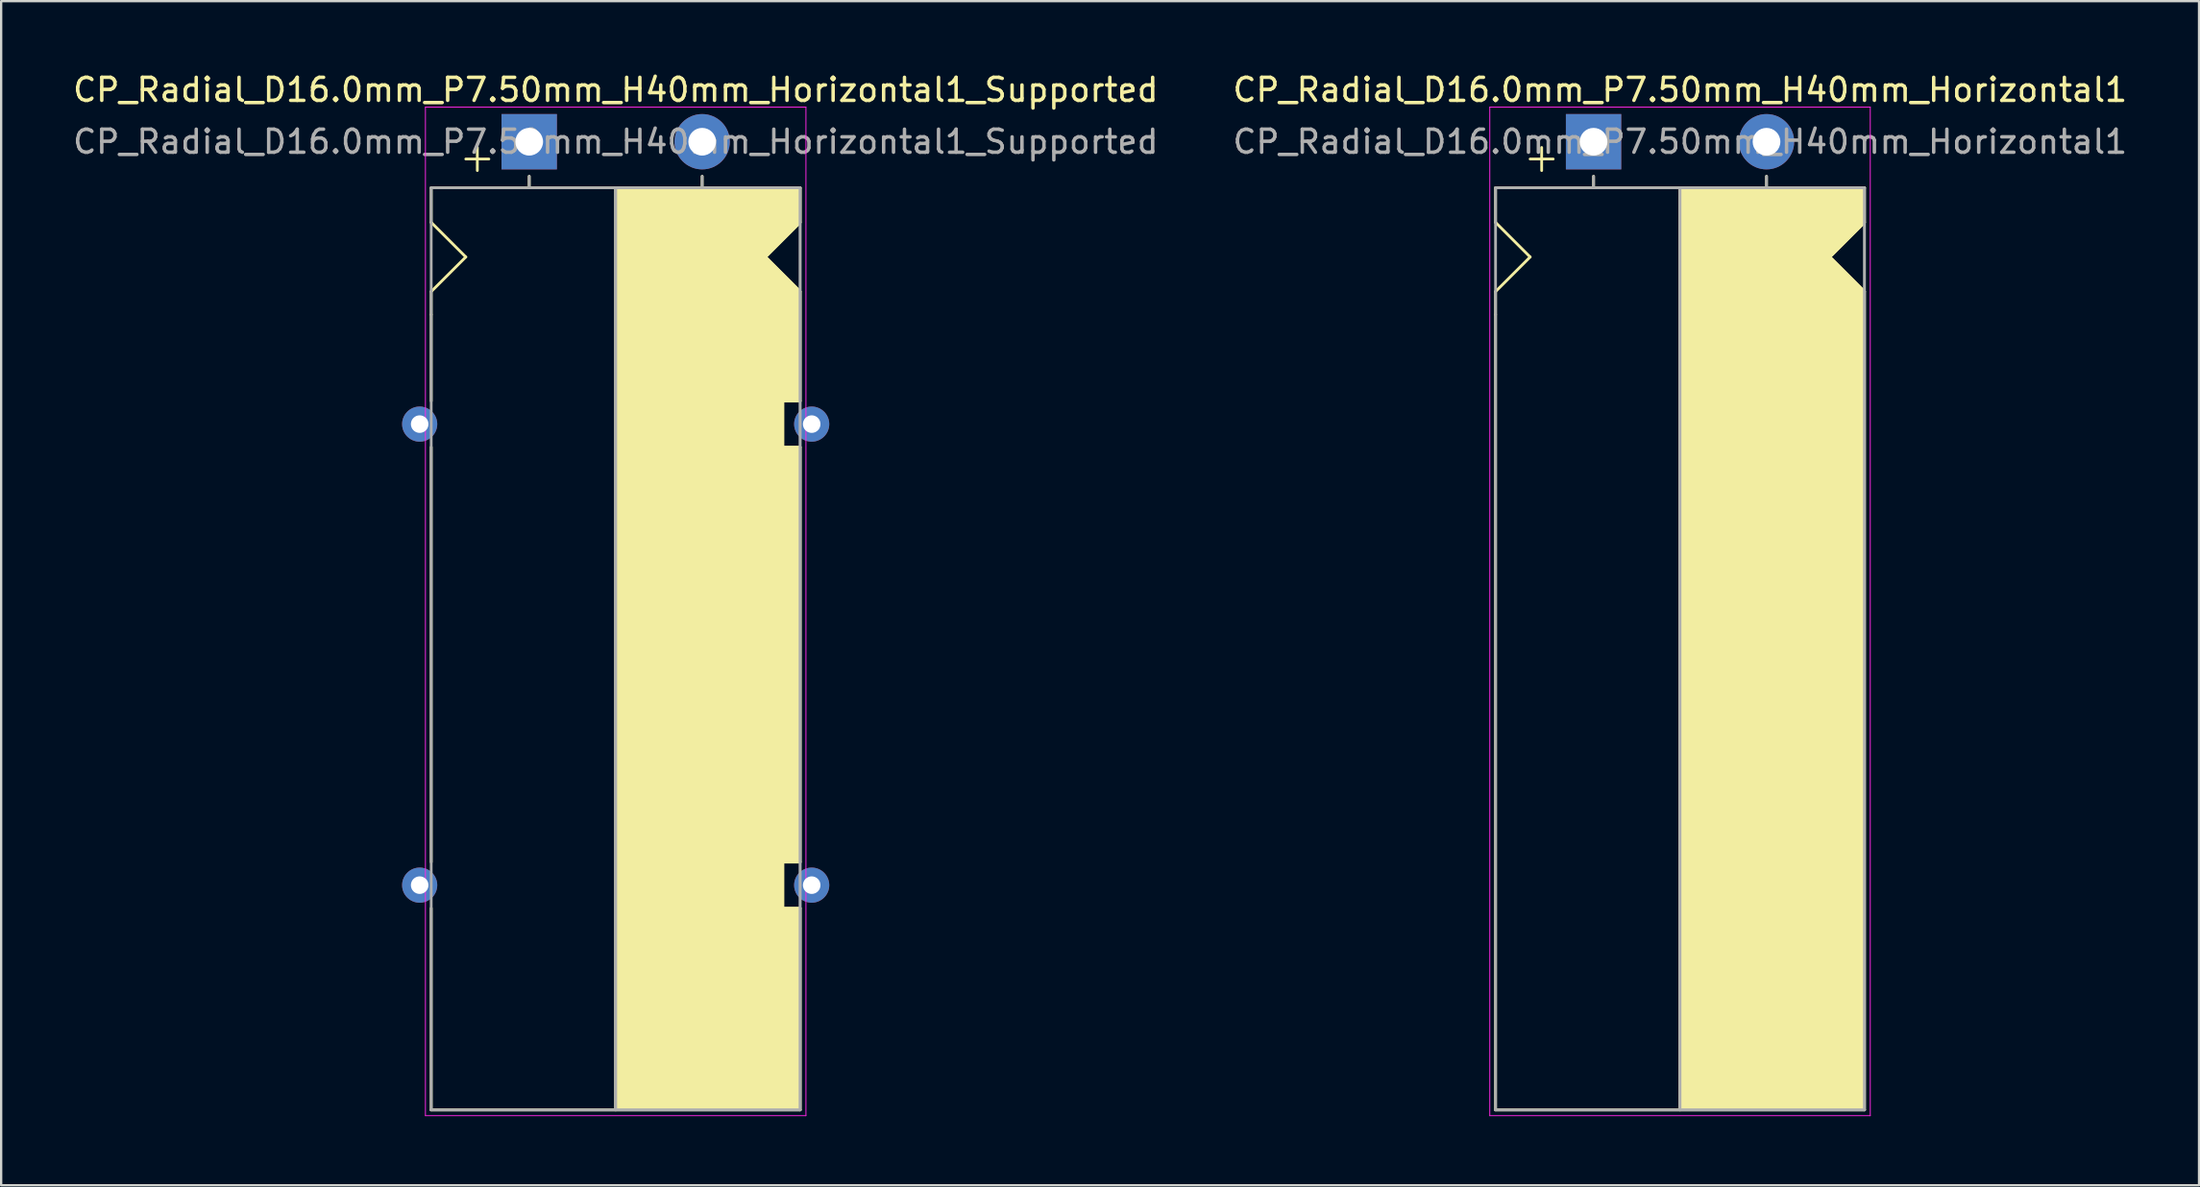
<source format=kicad_pcb>
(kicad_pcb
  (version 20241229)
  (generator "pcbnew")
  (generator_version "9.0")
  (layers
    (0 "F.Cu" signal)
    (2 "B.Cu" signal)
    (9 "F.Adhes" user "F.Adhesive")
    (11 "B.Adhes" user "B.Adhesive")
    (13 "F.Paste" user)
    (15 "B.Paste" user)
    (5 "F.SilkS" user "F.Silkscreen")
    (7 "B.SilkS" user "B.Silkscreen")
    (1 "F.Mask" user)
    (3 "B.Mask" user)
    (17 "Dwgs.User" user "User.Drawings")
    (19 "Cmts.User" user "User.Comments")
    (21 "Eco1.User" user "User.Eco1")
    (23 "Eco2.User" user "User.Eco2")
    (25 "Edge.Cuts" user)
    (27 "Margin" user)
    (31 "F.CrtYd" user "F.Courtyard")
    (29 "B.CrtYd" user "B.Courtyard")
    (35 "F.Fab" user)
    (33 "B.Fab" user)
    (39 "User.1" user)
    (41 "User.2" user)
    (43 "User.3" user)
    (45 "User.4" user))
  (footprint "CP_Radial_D16.0mm_P7.50mm_H40mm_Horizontal1"
    (layer "F.Cu")
    (at 66.054 3.098)
    (property "Reference" "CP_Radial_D16.0mm_P7.50mm_H40mm_Horizontal1" (at 3.75 -2.25 0) (layer "F.SilkS") (effects (font (size 1 1) (thickness 0.15))))
    (attr through_hole)
    (fp_line (start -4.25 2) (end -4.25 3.5) (stroke (width 0.12) (type solid)) (layer "F.SilkS"))
    (fp_line (start -4.25 3.5) (end -2.75 5) (stroke (width 0.12) (type solid)) (layer "F.SilkS"))
    (fp_line (start -4.25 6.5) (end -4.25 7.5) (stroke (width 0.12) (type solid)) (layer "F.SilkS"))
    (fp_line (start -4.25 7.5) (end -4.25 42) (stroke (width 0.12) (type solid)) (layer "F.SilkS"))
    (fp_line (start -2.75 5) (end -4.25 6.5) (stroke (width 0.12) (type solid)) (layer "F.SilkS"))
    (fp_line (start -2.25 0.25) (end -2.25 1.25) (stroke (width 0.12) (type solid)) (layer "F.SilkS"))
    (fp_line (start -1.75 0.75) (end -2.75 0.75) (stroke (width 0.12) (type solid)) (layer "F.SilkS"))
    (fp_line (start 0 1.5) (end 0 2) (stroke (width 0.12) (type solid)) (layer "F.SilkS"))
    (fp_line (start 3.75 2) (end -4.25 2) (stroke (width 0.12) (type solid)) (layer "F.SilkS"))
    (fp_line (start 3.75 2) (end 3.75 42) (stroke (width 0.12) (type solid)) (layer "F.SilkS"))
    (fp_line (start 3.75 2) (end 11.75 2) (stroke (width 0.12) (type solid)) (layer "F.SilkS"))
    (fp_line (start 7.5 1.5) (end 7.5 2) (stroke (width 0.12) (type solid)) (layer "F.SilkS"))
    (fp_line (start 10.25 5) (end 11.75 6.5) (stroke (width 0.12) (type solid)) (layer "F.SilkS"))
    (fp_line (start 11.75 2) (end 11.75 3.5) (stroke (width 0.12) (type solid)) (layer "F.SilkS"))
    (fp_line (start 11.75 3.5) (end 10.25 5) (stroke (width 0.12) (type solid)) (layer "F.SilkS"))
    (fp_line (start 11.75 42) (end -4.25 42) (stroke (width 0.12) (type solid)) (layer "F.SilkS"))
    (fp_line (start 11.75 42) (end 11.75 6.5) (stroke (width 0.12) (type solid)) (layer "F.SilkS"))
    (fp_poly (pts (xy 11.75 3.5) (xy 10.25 5) (xy 11.75 6.5) (xy 11.75 42) (xy 3.75 42) (xy 3.75 2) (xy 11.75 2)) (stroke (width 0.1) (type solid)) (fill yes) (layer "F.SilkS"))
    (fp_line (start -4.5 -1.5) (end 12 -1.5) (stroke (width 0.04) (type solid)) (layer "F.CrtYd"))
    (fp_line (start -4.5 42.25) (end -4.5 -1.5) (stroke (width 0.04) (type solid)) (layer "F.CrtYd"))
    (fp_line (start 12 -1.5) (end 12 42.25) (stroke (width 0.04) (type solid)) (layer "F.CrtYd"))
    (fp_line (start 12 42.25) (end -4.5 42.25) (stroke (width 0.04) (type solid)) (layer "F.CrtYd"))
    (fp_line (start -4.25 2) (end -4.25 42) (stroke (width 0.12) (type solid)) (layer "F.Fab"))
    (fp_line (start -4.25 42) (end 11.75 42) (stroke (width 0.12) (type solid)) (layer "F.Fab"))
    (fp_line (start 0 1.5) (end 0 2) (stroke (width 0.12) (type solid)) (layer "F.Fab"))
    (fp_line (start 0 2) (end -4.25 2) (stroke (width 0.12) (type solid)) (layer "F.Fab"))
    (fp_line (start 3.75 2) (end 3.75 42) (stroke (width 0.12) (type solid)) (layer "F.Fab"))
    (fp_line (start 7.5 1.5) (end 7.5 2) (stroke (width 0.12) (type solid)) (layer "F.Fab"))
    (fp_line (start 11.75 2) (end 0 2) (stroke (width 0.12) (type solid)) (layer "F.Fab"))
    (fp_line (start 11.75 42) (end 11.75 2) (stroke (width 0.12) (type solid)) (layer "F.Fab"))
    (fp_poly (pts (xy 11.75 42) (xy 3.75 42) (xy 3.75 2) (xy 11.75 2)) (stroke (width 0.1) (type solid)) (fill no) (layer "F.Fab"))
    (fp_text user "${REFERENCE}" (at 3.75 0 0) (layer "F.Fab") (effects (font (size 1 1) (thickness 0.15))))
    (pad "1" thru_hole rect (at 0 0) (size 2.4 2.4) (drill 1.2) (layers "*.Cu" "*.Mask"))
    (pad "2" thru_hole circle (at 7.5 0) (size 2.4 2.4) (drill 1.2) (layers "*.Cu" "*.Mask")))
  (footprint "CP_Radial_D16.0mm_P7.50mm_H40mm_Horizontal1_Supported"
    (layer "F.Cu")
    (at 19.899 3.098)
    (property "Reference" "CP_Radial_D16.0mm_P7.50mm_H40mm_Horizontal1_Supported" (at 3.75 -2.25 0) (layer "F.SilkS") (effects (font (size 1 1) (thickness 0.15))))
    (attr through_hole)
    (fp_line (start -4.25 2) (end -4.25 3.5) (stroke (width 0.12) (type solid)) (layer "F.SilkS"))
    (fp_line (start -4.25 3.5) (end -2.75 5) (stroke (width 0.12) (type solid)) (layer "F.SilkS"))
    (fp_line (start -4.25 6.5) (end -4.25 7.5) (stroke (width 0.12) (type solid)) (layer "F.SilkS"))
    (fp_line (start -4.25 7.5) (end -4.25 11.25) (stroke (width 0.12) (type solid)) (layer "F.SilkS"))
    (fp_line (start -4.25 31.25) (end -4.25 13.25) (stroke (width 0.12) (type solid)) (layer "F.SilkS"))
    (fp_line (start -4.25 33.25) (end -4.25 42) (stroke (width 0.12) (type solid)) (layer "F.SilkS"))
    (fp_line (start -2.75 5) (end -4.25 6.5) (stroke (width 0.12) (type solid)) (layer "F.SilkS"))
    (fp_line (start -2.25 0.25) (end -2.25 1.25) (stroke (width 0.12) (type solid)) (layer "F.SilkS"))
    (fp_line (start -1.75 0.75) (end -2.75 0.75) (stroke (width 0.12) (type solid)) (layer "F.SilkS"))
    (fp_line (start 0 1.5) (end 0 2) (stroke (width 0.12) (type solid)) (layer "F.SilkS"))
    (fp_line (start 3.75 2) (end -4.25 2) (stroke (width 0.12) (type solid)) (layer "F.SilkS"))
    (fp_line (start 3.75 2) (end 3.75 42) (stroke (width 0.12) (type solid)) (layer "F.SilkS"))
    (fp_line (start 3.75 2) (end 11.75 2) (stroke (width 0.12) (type solid)) (layer "F.SilkS"))
    (fp_line (start 7.5 1.5) (end 7.5 2) (stroke (width 0.12) (type solid)) (layer "F.SilkS"))
    (fp_line (start 10.25 5) (end 11.75 6.5) (stroke (width 0.12) (type solid)) (layer "F.SilkS"))
    (fp_line (start 11 11.25) (end 11.75 11.25) (stroke (width 0.12) (type solid)) (layer "F.SilkS"))
    (fp_line (start 11 13.25) (end 11 11.25) (stroke (width 0.12) (type solid)) (layer "F.SilkS"))
    (fp_line (start 11 31.25) (end 11.75 31.25) (stroke (width 0.12) (type solid)) (layer "F.SilkS"))
    (fp_line (start 11 33.25) (end 11 31.25) (stroke (width 0.12) (type solid)) (layer "F.SilkS"))
    (fp_line (start 11.75 2) (end 11.75 3.5) (stroke (width 0.12) (type solid)) (layer "F.SilkS"))
    (fp_line (start 11.75 3.5) (end 10.25 5) (stroke (width 0.12) (type solid)) (layer "F.SilkS"))
    (fp_line (start 11.75 11.25) (end 11.75 6.5) (stroke (width 0.12) (type solid)) (layer "F.SilkS"))
    (fp_line (start 11.75 13.25) (end 11 13.25) (stroke (width 0.12) (type solid)) (layer "F.SilkS"))
    (fp_line (start 11.75 13.25) (end 11.75 31.25) (stroke (width 0.12) (type solid)) (layer "F.SilkS"))
    (fp_line (start 11.75 33.25) (end 11 33.25) (stroke (width 0.12) (type solid)) (layer "F.SilkS"))
    (fp_line (start 11.75 42) (end -4.25 42) (stroke (width 0.12) (type solid)) (layer "F.SilkS"))
    (fp_line (start 11.75 42) (end 11.75 33.25) (stroke (width 0.12) (type solid)) (layer "F.SilkS"))
    (fp_poly (pts (xy 11.75 3.5) (xy 10.25 5) (xy 11.75 6.5) (xy 11.75 11.25) (xy 11 11.25) (xy 11 13.25) (xy 11.75 13.25) (xy 11.75 31.25) (xy 11 31.25) (xy 11 33.25) (xy 11.75 33.25) (xy 11.75 42) (xy 3.75 42) (xy 3.75 2) (xy 11.75 2)) (stroke (width 0.1) (type solid)) (fill yes) (layer "F.SilkS"))
    (fp_line (start -4.5 -1.5) (end 12 -1.5) (stroke (width 0.04) (type solid)) (layer "F.CrtYd"))
    (fp_line (start -4.5 42.25) (end -4.5 -1.5) (stroke (width 0.04) (type solid)) (layer "F.CrtYd"))
    (fp_line (start 12 -1.5) (end 12 42.25) (stroke (width 0.04) (type solid)) (layer "F.CrtYd"))
    (fp_line (start 12 42.25) (end -4.5 42.25) (stroke (width 0.04) (type solid)) (layer "F.CrtYd"))
    (fp_line (start -4.25 2) (end -4.25 42) (stroke (width 0.12) (type solid)) (layer "F.Fab"))
    (fp_line (start -4.25 42) (end 11.75 42) (stroke (width 0.12) (type solid)) (layer "F.Fab"))
    (fp_line (start 0 1.5) (end 0 2) (stroke (width 0.12) (type solid)) (layer "F.Fab"))
    (fp_line (start 0 2) (end -4.25 2) (stroke (width 0.12) (type solid)) (layer "F.Fab"))
    (fp_line (start 3.75 2) (end 3.75 42) (stroke (width 0.12) (type solid)) (layer "F.Fab"))
    (fp_line (start 7.5 1.5) (end 7.5 2) (stroke (width 0.12) (type solid)) (layer "F.Fab"))
    (fp_line (start 11.75 2) (end 0 2) (stroke (width 0.12) (type solid)) (layer "F.Fab"))
    (fp_line (start 11.75 42) (end 11.75 2) (stroke (width 0.12) (type solid)) (layer "F.Fab"))
    (fp_poly (pts (xy 11.75 42) (xy 3.75 42) (xy 3.75 2) (xy 11.75 2)) (stroke (width 0.1) (type solid)) (fill no) (layer "F.Fab"))
    (fp_text user "${REFERENCE}" (at 3.75 0 0) (layer "F.Fab") (effects (font (size 1 1) (thickness 0.15))))
    (pad "" thru_hole circle (at -4.75 12.25) (size 1.524 1.524) (drill 0.762) (layers "*.Cu" "*.Mask"))
    (pad "" thru_hole circle (at -4.75 32.25) (size 1.524 1.524) (drill 0.762) (layers "*.Cu" "*.Mask"))
    (pad "" thru_hole circle (at 12.25 12.25) (size 1.524 1.524) (drill 0.762) (layers "*.Cu" "*.Mask"))
    (pad "" thru_hole circle (at 12.25 32.25) (size 1.524 1.524) (drill 0.762) (layers "*.Cu" "*.Mask"))
    (pad "1" thru_hole rect (at 0 0) (size 2.4 2.4) (drill 1.2) (layers "*.Cu" "*.Mask"))
    (pad "2" thru_hole circle (at 7.5 0) (size 2.4 2.4) (drill 1.2) (layers "*.Cu" "*.Mask")))
  (gr_rect
    (start -3 -3)
    (end 92.31 48.368)
    (stroke (width 0.1) (type default))
    (fill no)
    (layer "Edge.Cuts")))
</source>
